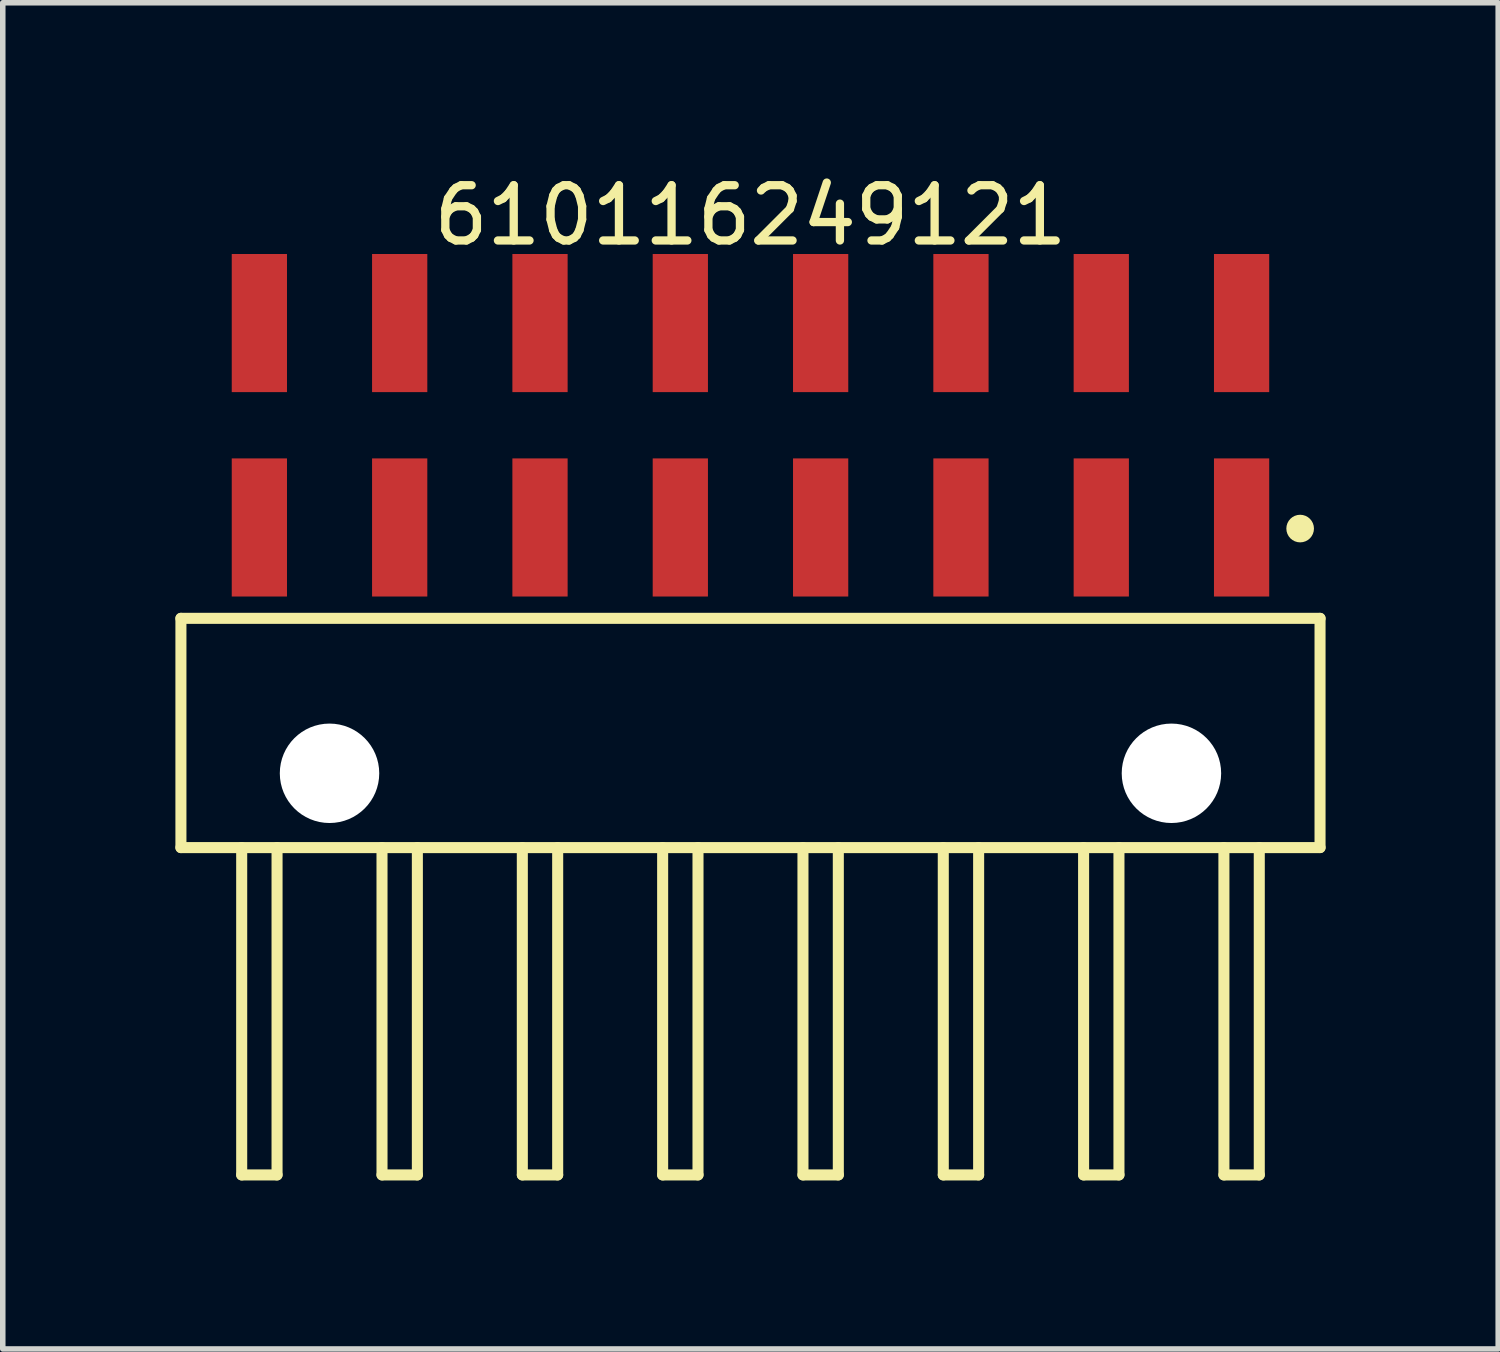
<source format=kicad_pcb>
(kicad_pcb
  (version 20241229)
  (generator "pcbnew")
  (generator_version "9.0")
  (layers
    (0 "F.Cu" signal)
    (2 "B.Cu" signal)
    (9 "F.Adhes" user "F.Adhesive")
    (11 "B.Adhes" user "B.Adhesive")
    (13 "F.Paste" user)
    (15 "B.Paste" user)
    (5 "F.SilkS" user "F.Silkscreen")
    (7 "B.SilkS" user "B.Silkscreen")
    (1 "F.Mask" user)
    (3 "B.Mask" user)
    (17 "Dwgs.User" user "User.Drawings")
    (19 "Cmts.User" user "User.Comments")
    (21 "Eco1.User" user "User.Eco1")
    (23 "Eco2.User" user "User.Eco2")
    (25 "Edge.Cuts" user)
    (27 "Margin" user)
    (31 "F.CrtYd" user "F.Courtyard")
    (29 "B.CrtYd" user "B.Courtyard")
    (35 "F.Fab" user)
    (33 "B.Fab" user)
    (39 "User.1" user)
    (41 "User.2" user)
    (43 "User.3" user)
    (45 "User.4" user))
  (footprint "610116249121"
    (layer "F.Cu")
    (at 10.535 10.218)
    (property "Reference" "610116249121" (at 0 -9.37 0) (layer "F.SilkS") (effects (font (size 1 1) (thickness 0.15))))
    (fp_line (start -10.31 -2.075) (end 10.31 -2.075) (stroke (width 0.2) (type solid)) (layer "F.SilkS"))
    (fp_line (start -10.31 2.075) (end -10.31 -2.075) (stroke (width 0.2) (type solid)) (layer "F.SilkS"))
    (fp_line (start -10.31 2.075) (end 10.31 2.075) (stroke (width 0.2) (type solid)) (layer "F.SilkS"))
    (fp_line (start -9.21 8) (end -9.21 2.075) (stroke (width 0.2) (type solid)) (layer "F.SilkS"))
    (fp_line (start -9.21 8) (end -8.57 8) (stroke (width 0.2) (type solid)) (layer "F.SilkS"))
    (fp_line (start -8.57 8) (end -8.57 2.075) (stroke (width 0.2) (type solid)) (layer "F.SilkS"))
    (fp_line (start -6.67 8) (end -6.67 2.075) (stroke (width 0.2) (type solid)) (layer "F.SilkS"))
    (fp_line (start -6.67 8) (end -6.03 8) (stroke (width 0.2) (type solid)) (layer "F.SilkS"))
    (fp_line (start -6.03 8) (end -6.03 2.075) (stroke (width 0.2) (type solid)) (layer "F.SilkS"))
    (fp_line (start -4.13 8) (end -4.13 2.075) (stroke (width 0.2) (type solid)) (layer "F.SilkS"))
    (fp_line (start -4.13 8) (end -3.49 8) (stroke (width 0.2) (type solid)) (layer "F.SilkS"))
    (fp_line (start -3.49 8) (end -3.49 2.075) (stroke (width 0.2) (type solid)) (layer "F.SilkS"))
    (fp_line (start -1.59 8) (end -1.59 2.075) (stroke (width 0.2) (type solid)) (layer "F.SilkS"))
    (fp_line (start -1.59 8) (end -0.95 8) (stroke (width 0.2) (type solid)) (layer "F.SilkS"))
    (fp_line (start -0.95 8) (end -0.95 2.075) (stroke (width 0.2) (type solid)) (layer "F.SilkS"))
    (fp_line (start 0.95 8) (end 0.95 2.075) (stroke (width 0.2) (type solid)) (layer "F.SilkS"))
    (fp_line (start 0.95 8) (end 1.59 8) (stroke (width 0.2) (type solid)) (layer "F.SilkS"))
    (fp_line (start 1.59 8) (end 1.59 2.075) (stroke (width 0.2) (type solid)) (layer "F.SilkS"))
    (fp_line (start 3.49 8) (end 3.49 2.075) (stroke (width 0.2) (type solid)) (layer "F.SilkS"))
    (fp_line (start 3.49 8) (end 4.13 8) (stroke (width 0.2) (type solid)) (layer "F.SilkS"))
    (fp_line (start 4.13 8) (end 4.13 2.075) (stroke (width 0.2) (type solid)) (layer "F.SilkS"))
    (fp_line (start 6.03 8) (end 6.03 2.075) (stroke (width 0.2) (type solid)) (layer "F.SilkS"))
    (fp_line (start 6.03 8) (end 6.67 8) (stroke (width 0.2) (type solid)) (layer "F.SilkS"))
    (fp_line (start 6.67 8) (end 6.67 2.075) (stroke (width 0.2) (type solid)) (layer "F.SilkS"))
    (fp_line (start 8.57 8) (end 8.57 2.075) (stroke (width 0.2) (type solid)) (layer "F.SilkS"))
    (fp_line (start 8.57 8) (end 9.21 8) (stroke (width 0.2) (type solid)) (layer "F.SilkS"))
    (fp_line (start 9.21 8) (end 9.21 2.075) (stroke (width 0.2) (type solid)) (layer "F.SilkS"))
    (fp_line (start 10.31 2.075) (end 10.31 -2.075) (stroke (width 0.2) (type solid)) (layer "F.SilkS"))
    (fp_circle (center 9.95 -3.7) (end 9.95 -3.825) (stroke (width 0.25) (type solid)) (fill no) (layer "F.SilkS"))
    (fp_line (start -10.51 -8.87) (end 10.51 -8.87) (stroke (width 0.05) (type solid)) (layer "Eco2.User"))
    (fp_line (start -10.51 8.125) (end -10.51 -8.87) (stroke (width 0.05) (type solid)) (layer "Eco2.User"))
    (fp_line (start -10.51 8.125) (end 10.51 8.125) (stroke (width 0.05) (type solid)) (layer "Eco2.User"))
    (fp_line (start -10.16 -2) (end 10.16 -2) (stroke (width 0.1) (type solid)) (layer "Eco2.User"))
    (fp_line (start -10.16 2) (end -10.16 -2) (stroke (width 0.1) (type solid)) (layer "Eco2.User"))
    (fp_line (start -10.16 2) (end 10.16 2) (stroke (width 0.1) (type solid)) (layer "Eco2.User"))
    (fp_line (start -9.22 -8.16) (end -8.58 -8.16) (stroke (width 0.1) (type solid)) (layer "Eco2.User"))
    (fp_line (start -9.22 -7.815) (end -9.22 -8.16) (stroke (width 0.1) (type solid)) (layer "Eco2.User"))
    (fp_line (start -9.22 -7.535) (end -9.22 -7.815) (stroke (width 0.1) (type solid)) (layer "Eco2.User"))
    (fp_line (start -9.22 -4.48) (end -8.58 -4.48) (stroke (width 0.1) (type solid)) (layer "Eco2.User"))
    (fp_line (start -9.22 -4.135) (end -9.22 -4.26) (stroke (width 0.1) (type solid)) (layer "Eco2.User"))
    (fp_line (start -9.22 -2) (end -9.22 -8.16) (stroke (width 0.1) (type solid)) (layer "Eco2.User"))
    (fp_line (start -9.21 8) (end -9.21 2) (stroke (width 0.1) (type solid)) (layer "Eco2.User"))
    (fp_line (start -9.21 8) (end -8.57 8) (stroke (width 0.1) (type solid)) (layer "Eco2.User"))
    (fp_line (start -8.58 -7.815) (end -8.58 -8.16) (stroke (width 0.1) (type solid)) (layer "Eco2.User"))
    (fp_line (start -8.58 -7.535) (end -8.58 -7.815) (stroke (width 0.1) (type solid)) (layer "Eco2.User"))
    (fp_line (start -8.58 -4.135) (end -8.58 -4.26) (stroke (width 0.1) (type solid)) (layer "Eco2.User"))
    (fp_line (start -8.58 -2) (end -8.58 -8.16) (stroke (width 0.1) (type solid)) (layer "Eco2.User"))
    (fp_line (start -8.57 8) (end -8.57 2) (stroke (width 0.1) (type solid)) (layer "Eco2.User"))
    (fp_line (start -6.68 -8.16) (end -6.04 -8.16) (stroke (width 0.1) (type solid)) (layer "Eco2.User"))
    (fp_line (start -6.68 -7.815) (end -6.68 -8.16) (stroke (width 0.1) (type solid)) (layer "Eco2.User"))
    (fp_line (start -6.68 -7.535) (end -6.68 -7.815) (stroke (width 0.1) (type solid)) (layer "Eco2.User"))
    (fp_line (start -6.68 -4.48) (end -6.04 -4.48) (stroke (width 0.1) (type solid)) (layer "Eco2.User"))
    (fp_line (start -6.68 -4.135) (end -6.68 -4.26) (stroke (width 0.1) (type solid)) (layer "Eco2.User"))
    (fp_line (start -6.68 -2) (end -6.68 -8.16) (stroke (width 0.1) (type solid)) (layer "Eco2.User"))
    (fp_line (start -6.67 8) (end -6.67 2) (stroke (width 0.1) (type solid)) (layer "Eco2.User"))
    (fp_line (start -6.67 8) (end -6.03 8) (stroke (width 0.1) (type solid)) (layer "Eco2.User"))
    (fp_line (start -6.04 -7.815) (end -6.04 -8.16) (stroke (width 0.1) (type solid)) (layer "Eco2.User"))
    (fp_line (start -6.04 -7.535) (end -6.04 -7.815) (stroke (width 0.1) (type solid)) (layer "Eco2.User"))
    (fp_line (start -6.04 -4.135) (end -6.04 -4.26) (stroke (width 0.1) (type solid)) (layer "Eco2.User"))
    (fp_line (start -6.04 -2) (end -6.04 -8.16) (stroke (width 0.1) (type solid)) (layer "Eco2.User"))
    (fp_line (start -6.03 8) (end -6.03 2) (stroke (width 0.1) (type solid)) (layer "Eco2.User"))
    (fp_line (start -4.14 -8.16) (end -3.5 -8.16) (stroke (width 0.1) (type solid)) (layer "Eco2.User"))
    (fp_line (start -4.14 -7.815) (end -4.14 -8.16) (stroke (width 0.1) (type solid)) (layer "Eco2.User"))
    (fp_line (start -4.14 -7.535) (end -4.14 -7.815) (stroke (width 0.1) (type solid)) (layer "Eco2.User"))
    (fp_line (start -4.14 -4.48) (end -3.5 -4.48) (stroke (width 0.1) (type solid)) (layer "Eco2.User"))
    (fp_line (start -4.14 -4.135) (end -4.14 -4.26) (stroke (width 0.1) (type solid)) (layer "Eco2.User"))
    (fp_line (start -4.14 -2) (end -4.14 -8.16) (stroke (width 0.1) (type solid)) (layer "Eco2.User"))
    (fp_line (start -4.13 8) (end -4.13 2) (stroke (width 0.1) (type solid)) (layer "Eco2.User"))
    (fp_line (start -4.13 8) (end -3.49 8) (stroke (width 0.1) (type solid)) (layer "Eco2.User"))
    (fp_line (start -3.5 -7.815) (end -3.5 -8.16) (stroke (width 0.1) (type solid)) (layer "Eco2.User"))
    (fp_line (start -3.5 -7.535) (end -3.5 -7.815) (stroke (width 0.1) (type solid)) (layer "Eco2.User"))
    (fp_line (start -3.5 -4.135) (end -3.5 -4.26) (stroke (width 0.1) (type solid)) (layer "Eco2.User"))
    (fp_line (start -3.5 -2) (end -3.5 -8.16) (stroke (width 0.1) (type solid)) (layer "Eco2.User"))
    (fp_line (start -3.49 8) (end -3.49 2) (stroke (width 0.1) (type solid)) (layer "Eco2.User"))
    (fp_line (start -1.6 -8.16) (end -0.96 -8.16) (stroke (width 0.1) (type solid)) (layer "Eco2.User"))
    (fp_line (start -1.6 -7.815) (end -1.6 -8.16) (stroke (width 0.1) (type solid)) (layer "Eco2.User"))
    (fp_line (start -1.6 -7.535) (end -1.6 -7.815) (stroke (width 0.1) (type solid)) (layer "Eco2.User"))
    (fp_line (start -1.6 -4.48) (end -0.96 -4.48) (stroke (width 0.1) (type solid)) (layer "Eco2.User"))
    (fp_line (start -1.6 -4.135) (end -1.6 -4.26) (stroke (width 0.1) (type solid)) (layer "Eco2.User"))
    (fp_line (start -1.6 -2) (end -1.6 -8.16) (stroke (width 0.1) (type solid)) (layer "Eco2.User"))
    (fp_line (start -1.59 8) (end -1.59 2) (stroke (width 0.1) (type solid)) (layer "Eco2.User"))
    (fp_line (start -1.59 8) (end -0.95 8) (stroke (width 0.1) (type solid)) (layer "Eco2.User"))
    (fp_line (start -0.96 -7.815) (end -0.96 -8.16) (stroke (width 0.1) (type solid)) (layer "Eco2.User"))
    (fp_line (start -0.96 -7.535) (end -0.96 -7.815) (stroke (width 0.1) (type solid)) (layer "Eco2.User"))
    (fp_line (start -0.96 -4.135) (end -0.96 -4.26) (stroke (width 0.1) (type solid)) (layer "Eco2.User"))
    (fp_line (start -0.96 -2) (end -0.96 -8.16) (stroke (width 0.1) (type solid)) (layer "Eco2.User"))
    (fp_line (start -0.95 8) (end -0.95 2) (stroke (width 0.1) (type solid)) (layer "Eco2.User"))
    (fp_line (start -0.5 0) (end 0.5 0) (stroke (width 0.05) (type solid)) (layer "Eco2.User"))
    (fp_line (start 0 0.5) (end 0 -0.5) (stroke (width 0.05) (type solid)) (layer "Eco2.User"))
    (fp_line (start 0.94 -8.16) (end 1.58 -8.16) (stroke (width 0.1) (type solid)) (layer "Eco2.User"))
    (fp_line (start 0.94 -7.815) (end 0.94 -8.16) (stroke (width 0.1) (type solid)) (layer "Eco2.User"))
    (fp_line (start 0.94 -7.535) (end 0.94 -7.815) (stroke (width 0.1) (type solid)) (layer "Eco2.User"))
    (fp_line (start 0.94 -4.48) (end 1.58 -4.48) (stroke (width 0.1) (type solid)) (layer "Eco2.User"))
    (fp_line (start 0.94 -4.135) (end 0.94 -4.26) (stroke (width 0.1) (type solid)) (layer "Eco2.User"))
    (fp_line (start 0.94 -2) (end 0.94 -8.16) (stroke (width 0.1) (type solid)) (layer "Eco2.User"))
    (fp_line (start 0.95 8) (end 0.95 2) (stroke (width 0.1) (type solid)) (layer "Eco2.User"))
    (fp_line (start 0.95 8) (end 1.59 8) (stroke (width 0.1) (type solid)) (layer "Eco2.User"))
    (fp_line (start 1.58 -7.815) (end 1.58 -8.16) (stroke (width 0.1) (type solid)) (layer "Eco2.User"))
    (fp_line (start 1.58 -7.535) (end 1.58 -7.815) (stroke (width 0.1) (type solid)) (layer "Eco2.User"))
    (fp_line (start 1.58 -4.135) (end 1.58 -4.26) (stroke (width 0.1) (type solid)) (layer "Eco2.User"))
    (fp_line (start 1.58 -2) (end 1.58 -8.16) (stroke (width 0.1) (type solid)) (layer "Eco2.User"))
    (fp_line (start 1.59 8) (end 1.59 2) (stroke (width 0.1) (type solid)) (layer "Eco2.User"))
    (fp_line (start 3.48 -8.16) (end 4.12 -8.16) (stroke (width 0.1) (type solid)) (layer "Eco2.User"))
    (fp_line (start 3.48 -7.815) (end 3.48 -8.16) (stroke (width 0.1) (type solid)) (layer "Eco2.User"))
    (fp_line (start 3.48 -7.535) (end 3.48 -7.815) (stroke (width 0.1) (type solid)) (layer "Eco2.User"))
    (fp_line (start 3.48 -4.48) (end 4.12 -4.48) (stroke (width 0.1) (type solid)) (layer "Eco2.User"))
    (fp_line (start 3.48 -4.135) (end 3.48 -4.26) (stroke (width 0.1) (type solid)) (layer "Eco2.User"))
    (fp_line (start 3.48 -2) (end 3.48 -8.16) (stroke (width 0.1) (type solid)) (layer "Eco2.User"))
    (fp_line (start 3.49 8) (end 3.49 2) (stroke (width 0.1) (type solid)) (layer "Eco2.User"))
    (fp_line (start 3.49 8) (end 4.13 8) (stroke (width 0.1) (type solid)) (layer "Eco2.User"))
    (fp_line (start 4.12 -7.815) (end 4.12 -8.16) (stroke (width 0.1) (type solid)) (layer "Eco2.User"))
    (fp_line (start 4.12 -7.535) (end 4.12 -7.815) (stroke (width 0.1) (type solid)) (layer "Eco2.User"))
    (fp_line (start 4.12 -4.135) (end 4.12 -4.26) (stroke (width 0.1) (type solid)) (layer "Eco2.User"))
    (fp_line (start 4.12 -2) (end 4.12 -8.16) (stroke (width 0.1) (type solid)) (layer "Eco2.User"))
    (fp_line (start 4.13 8) (end 4.13 2) (stroke (width 0.1) (type solid)) (layer "Eco2.User"))
    (fp_line (start 6.02 -8.16) (end 6.66 -8.16) (stroke (width 0.1) (type solid)) (layer "Eco2.User"))
    (fp_line (start 6.02 -7.815) (end 6.02 -8.16) (stroke (width 0.1) (type solid)) (layer "Eco2.User"))
    (fp_line (start 6.02 -7.535) (end 6.02 -7.815) (stroke (width 0.1) (type solid)) (layer "Eco2.User"))
    (fp_line (start 6.02 -4.48) (end 6.66 -4.48) (stroke (width 0.1) (type solid)) (layer "Eco2.User"))
    (fp_line (start 6.02 -4.135) (end 6.02 -4.26) (stroke (width 0.1) (type solid)) (layer "Eco2.User"))
    (fp_line (start 6.02 -2) (end 6.02 -8.16) (stroke (width 0.1) (type solid)) (layer "Eco2.User"))
    (fp_line (start 6.03 8) (end 6.03 2) (stroke (width 0.1) (type solid)) (layer "Eco2.User"))
    (fp_line (start 6.03 8) (end 6.67 8) (stroke (width 0.1) (type solid)) (layer "Eco2.User"))
    (fp_line (start 6.66 -7.815) (end 6.66 -8.16) (stroke (width 0.1) (type solid)) (layer "Eco2.User"))
    (fp_line (start 6.66 -7.535) (end 6.66 -7.815) (stroke (width 0.1) (type solid)) (layer "Eco2.User"))
    (fp_line (start 6.66 -4.135) (end 6.66 -4.26) (stroke (width 0.1) (type solid)) (layer "Eco2.User"))
    (fp_line (start 6.66 -2) (end 6.66 -8.16) (stroke (width 0.1) (type solid)) (layer "Eco2.User"))
    (fp_line (start 6.67 8) (end 6.67 2) (stroke (width 0.1) (type solid)) (layer "Eco2.User"))
    (fp_line (start 8.56 -8.16) (end 9.2 -8.16) (stroke (width 0.1) (type solid)) (layer "Eco2.User"))
    (fp_line (start 8.56 -7.815) (end 8.56 -8.16) (stroke (width 0.1) (type solid)) (layer "Eco2.User"))
    (fp_line (start 8.56 -7.535) (end 8.56 -7.815) (stroke (width 0.1) (type solid)) (layer "Eco2.User"))
    (fp_line (start 8.56 -4.48) (end 9.2 -4.48) (stroke (width 0.1) (type solid)) (layer "Eco2.User"))
    (fp_line (start 8.56 -4.135) (end 8.56 -4.26) (stroke (width 0.1) (type solid)) (layer "Eco2.User"))
    (fp_line (start 8.56 -2) (end 8.56 -8.16) (stroke (width 0.1) (type solid)) (layer "Eco2.User"))
    (fp_line (start 8.57 8) (end 8.57 2) (stroke (width 0.1) (type solid)) (layer "Eco2.User"))
    (fp_line (start 8.57 8) (end 9.21 8) (stroke (width 0.1) (type solid)) (layer "Eco2.User"))
    (fp_line (start 9.2 -7.815) (end 9.2 -8.16) (stroke (width 0.1) (type solid)) (layer "Eco2.User"))
    (fp_line (start 9.2 -7.535) (end 9.2 -7.815) (stroke (width 0.1) (type solid)) (layer "Eco2.User"))
    (fp_line (start 9.2 -4.135) (end 9.2 -4.26) (stroke (width 0.1) (type solid)) (layer "Eco2.User"))
    (fp_line (start 9.2 -2) (end 9.2 -8.16) (stroke (width 0.1) (type solid)) (layer "Eco2.User"))
    (fp_line (start 9.21 8) (end 9.21 2) (stroke (width 0.1) (type solid)) (layer "Eco2.User"))
    (fp_line (start 10.16 2) (end 10.16 -2) (stroke (width 0.1) (type solid)) (layer "Eco2.User"))
    (fp_line (start 10.51 8.125) (end 10.51 -8.87) (stroke (width 0.05) (type solid)) (layer "Eco2.User"))
    (fp_text user "${REFERENCE}" (at 0.15 -0.197 0) (unlocked yes) (layer "User.3") (effects (font (size 1.5 1.5) (thickness 0.15))))
    (pad "" np_thru_hole circle (at -7.62 0.73) (size 1.8 1.8) (drill 1.8) (layers "*.Cu" "*.Mask"))
    (pad "" np_thru_hole circle (at 7.62 0.73) (size 1.8 1.8) (drill 1.8) (layers "*.Cu" "*.Mask"))
    (pad "1" smd rect (at 8.89 -3.72) (size 1 2.5) (layers "F.Cu" "F.Mask" "F.Paste"))
    (pad "2" smd rect (at 8.89 -7.42) (size 1 2.5) (layers "F.Cu" "F.Mask" "F.Paste"))
    (pad "3" smd rect (at 6.35 -3.72) (size 1 2.5) (layers "F.Cu" "F.Mask" "F.Paste"))
    (pad "4" smd rect (at 6.35 -7.42) (size 1 2.5) (layers "F.Cu" "F.Mask" "F.Paste"))
    (pad "5" smd rect (at 3.81 -3.72) (size 1 2.5) (layers "F.Cu" "F.Mask" "F.Paste"))
    (pad "6" smd rect (at 3.81 -7.42) (size 1 2.5) (layers "F.Cu" "F.Mask" "F.Paste"))
    (pad "7" smd rect (at 1.27 -3.72) (size 1 2.5) (layers "F.Cu" "F.Mask" "F.Paste"))
    (pad "8" smd rect (at 1.27 -7.42) (size 1 2.5) (layers "F.Cu" "F.Mask" "F.Paste"))
    (pad "9" smd rect (at -1.27 -3.72) (size 1 2.5) (layers "F.Cu" "F.Mask" "F.Paste"))
    (pad "10" smd rect (at -1.27 -7.42) (size 1 2.5) (layers "F.Cu" "F.Mask" "F.Paste"))
    (pad "11" smd rect (at -3.81 -3.72) (size 1 2.5) (layers "F.Cu" "F.Mask" "F.Paste"))
    (pad "12" smd rect (at -3.81 -7.42) (size 1 2.5) (layers "F.Cu" "F.Mask" "F.Paste"))
    (pad "13" smd rect (at -6.35 -3.72) (size 1 2.5) (layers "F.Cu" "F.Mask" "F.Paste"))
    (pad "14" smd rect (at -6.35 -7.42) (size 1 2.5) (layers "F.Cu" "F.Mask" "F.Paste"))
    (pad "15" smd rect (at -8.89 -3.72) (size 1 2.5) (layers "F.Cu" "F.Mask" "F.Paste"))
    (pad "16" smd rect (at -8.89 -7.42) (size 1 2.5) (layers "F.Cu" "F.Mask" "F.Paste")))
  (gr_rect
    (start -3 -3)
    (end 24.07 21.368)
    (stroke (width 0.1) (type default))
    (fill no)
    (layer "Edge.Cuts")))
</source>
